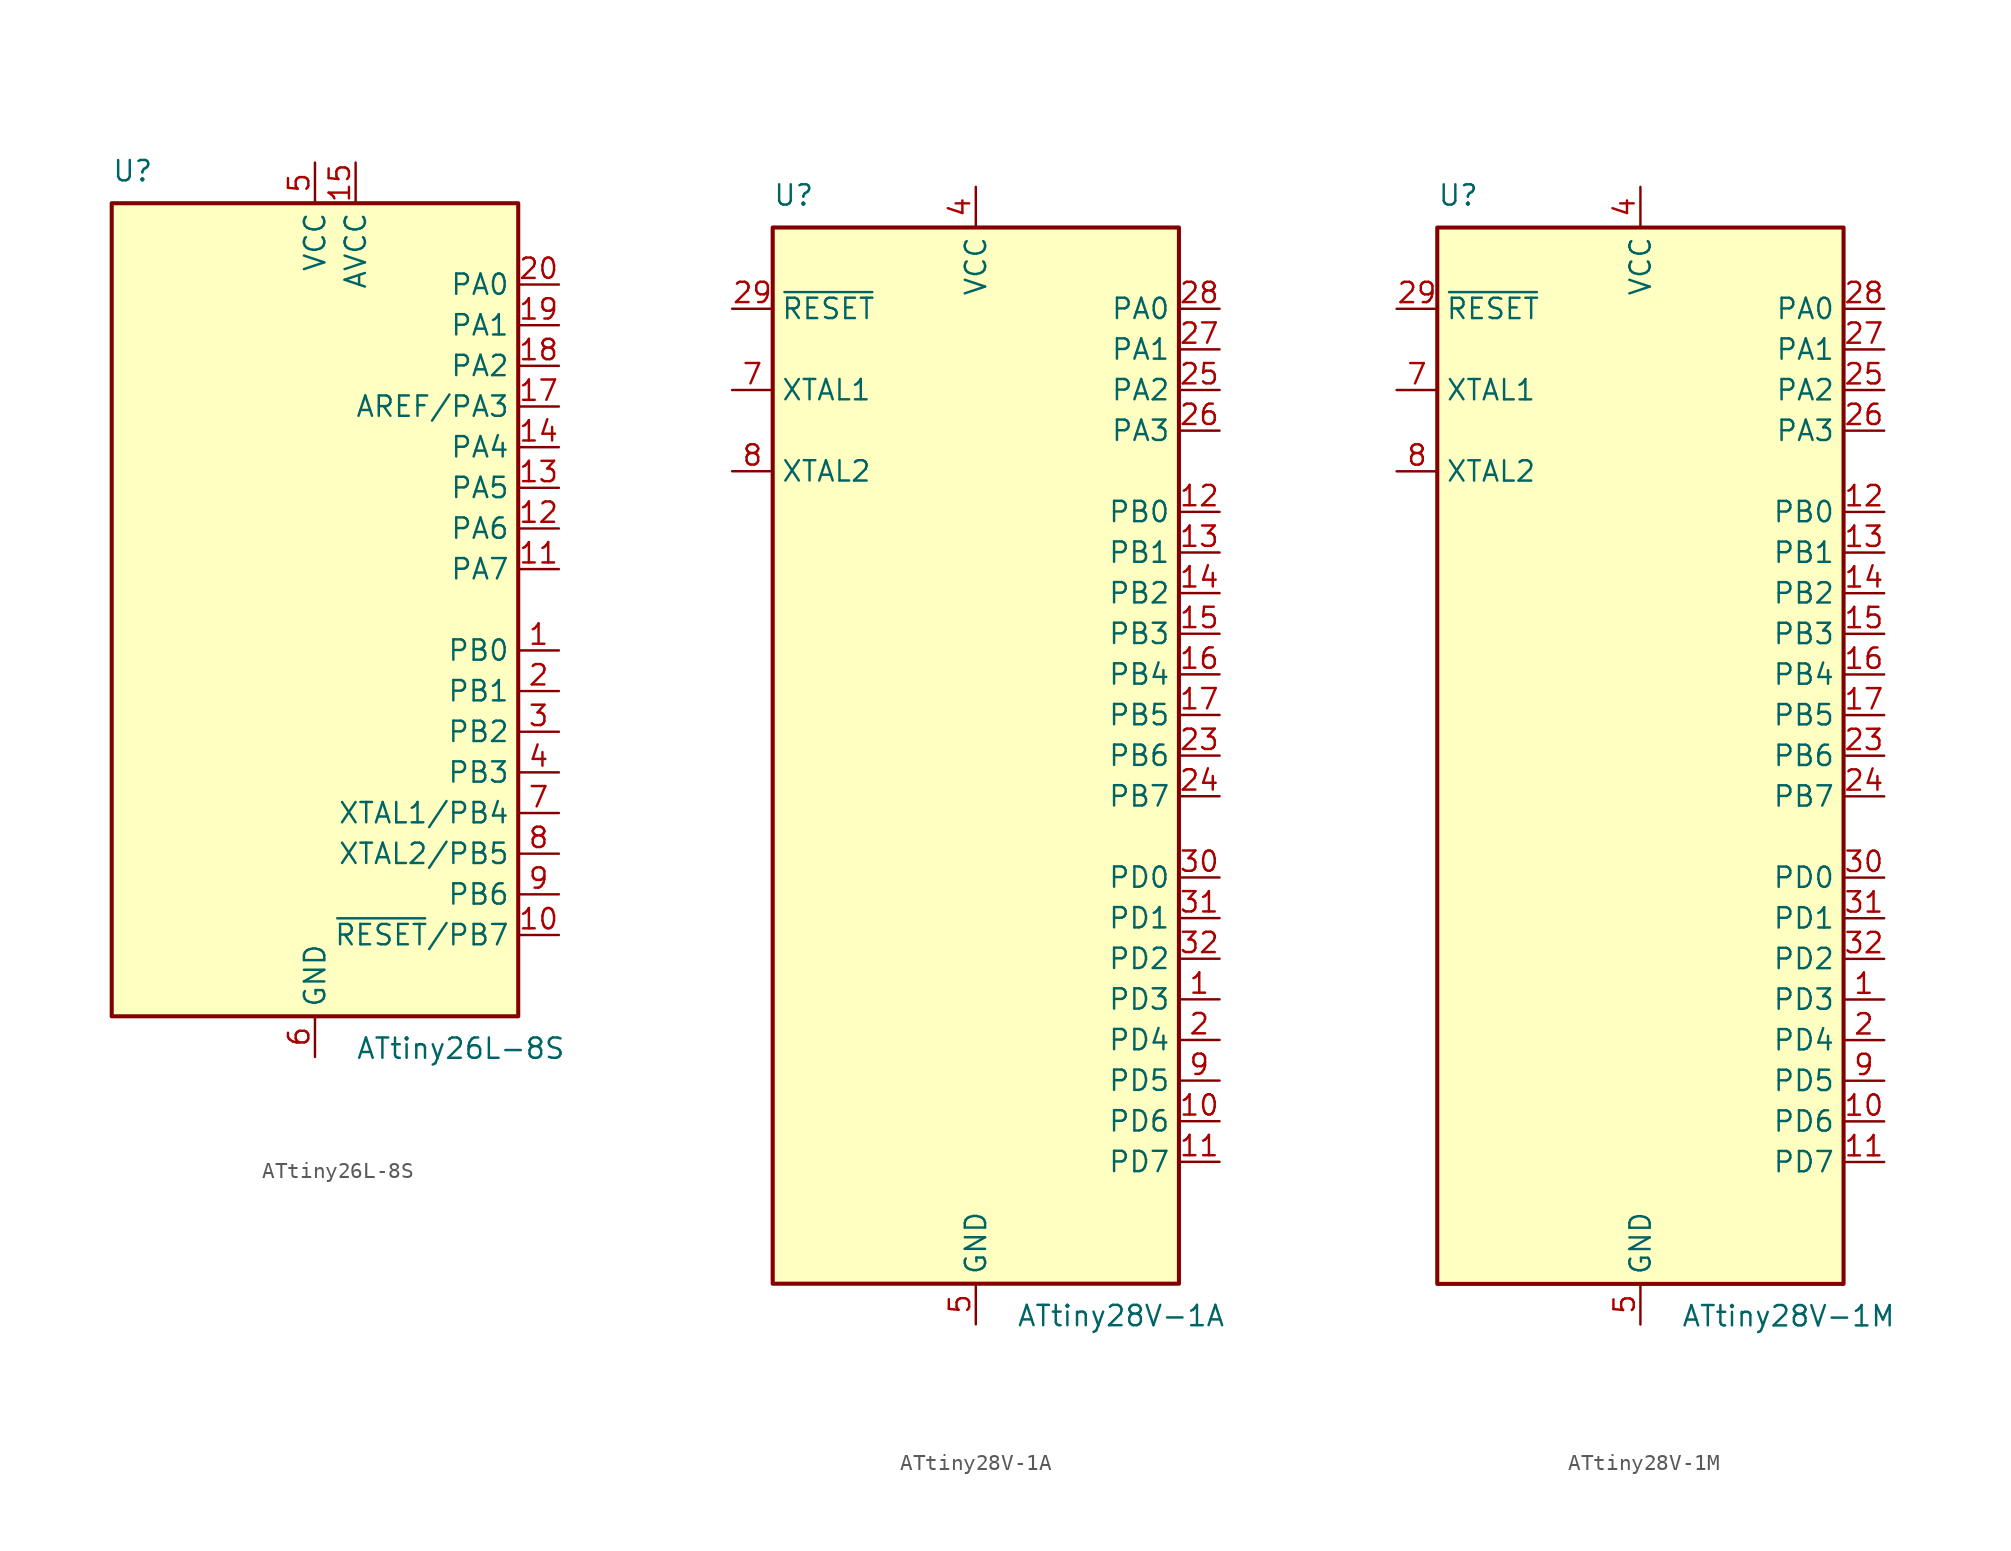
<source format=kicad_sym>
(kicad_symbol_lib
  (version 20201005)
  (generator kicad_symbol_editor)
  (symbol "MCU_Microchip_ATtiny:ATtiny26L-8S"
    (property "Reference" "U"
      (at -12.7 26.67 0)
      (effects (font (size 1.27 1.27)) (justify left bottom)))
    (property "Value" "ATtiny26L-8S"
      (at 2.54 -26.67 0)
      (effects (font (size 1.27 1.27)) (justify left top)))
    (symbol "ATtiny26L-8S_0_1"
      (rectangle (start -12.7 -25.4) (end 12.7 25.4) (stroke (width 0.254)) (fill (type background))))
    (symbol "ATtiny26L-8S_1_1"
      (pin bidirectional line (at 15.24 -2.54 180) (length 2.54) (name "PB0" (effects (font (size 1.27 1.27)))) (number "1" (effects (font (size 1.27 1.27)))))
      (pin bidirectional line (at 15.24 -20.32 180) (length 2.54) (name "~RESET~/PB7" (effects (font (size 1.27 1.27)))) (number "10" (effects (font (size 1.27 1.27)))))
      (pin bidirectional line (at 15.24 2.54 180) (length 2.54) (name "PA7" (effects (font (size 1.27 1.27)))) (number "11" (effects (font (size 1.27 1.27)))))
      (pin bidirectional line (at 15.24 5.08 180) (length 2.54) (name "PA6" (effects (font (size 1.27 1.27)))) (number "12" (effects (font (size 1.27 1.27)))))
      (pin bidirectional line (at 15.24 7.62 180) (length 2.54) (name "PA5" (effects (font (size 1.27 1.27)))) (number "13" (effects (font (size 1.27 1.27)))))
      (pin bidirectional line (at 15.24 10.16 180) (length 2.54) (name "PA4" (effects (font (size 1.27 1.27)))) (number "14" (effects (font (size 1.27 1.27)))))
      (pin power_in line (at 2.54 27.94 270) (length 2.54) (name "AVCC" (effects (font (size 1.27 1.27)))) (number "15" (effects (font (size 1.27 1.27)))))
      (pin passive line (at 0 -27.94 90) (length 2.54) hide (name "GND" (effects (font (size 1.27 1.27)))) (number "16" (effects (font (size 1.27 1.27)))))
      (pin bidirectional line (at 15.24 12.7 180) (length 2.54) (name "AREF/PA3" (effects (font (size 1.27 1.27)))) (number "17" (effects (font (size 1.27 1.27)))))
      (pin bidirectional line (at 15.24 15.24 180) (length 2.54) (name "PA2" (effects (font (size 1.27 1.27)))) (number "18" (effects (font (size 1.27 1.27)))))
      (pin bidirectional line (at 15.24 17.78 180) (length 2.54) (name "PA1" (effects (font (size 1.27 1.27)))) (number "19" (effects (font (size 1.27 1.27)))))
      (pin bidirectional line (at 15.24 -5.08 180) (length 2.54) (name "PB1" (effects (font (size 1.27 1.27)))) (number "2" (effects (font (size 1.27 1.27)))))
      (pin bidirectional line (at 15.24 20.32 180) (length 2.54) (name "PA0" (effects (font (size 1.27 1.27)))) (number "20" (effects (font (size 1.27 1.27)))))
      (pin bidirectional line (at 15.24 -7.62 180) (length 2.54) (name "PB2" (effects (font (size 1.27 1.27)))) (number "3" (effects (font (size 1.27 1.27)))))
      (pin bidirectional line (at 15.24 -10.16 180) (length 2.54) (name "PB3" (effects (font (size 1.27 1.27)))) (number "4" (effects (font (size 1.27 1.27)))))
      (pin power_in line (at 0 27.94 270) (length 2.54) (name "VCC" (effects (font (size 1.27 1.27)))) (number "5" (effects (font (size 1.27 1.27)))))
      (pin power_in line (at 0 -27.94 90) (length 2.54) (name "GND" (effects (font (size 1.27 1.27)))) (number "6" (effects (font (size 1.27 1.27)))))
      (pin bidirectional line (at 15.24 -12.7 180) (length 2.54) (name "XTAL1/PB4" (effects (font (size 1.27 1.27)))) (number "7" (effects (font (size 1.27 1.27)))))
      (pin bidirectional line (at 15.24 -15.24 180) (length 2.54) (name "XTAL2/PB5" (effects (font (size 1.27 1.27)))) (number "8" (effects (font (size 1.27 1.27)))))
      (pin bidirectional line (at 15.24 -17.78 180) (length 2.54) (name "PB6" (effects (font (size 1.27 1.27)))) (number "9" (effects (font (size 1.27 1.27)))))))
  (symbol "MCU_Microchip_ATtiny:ATtiny28V-1A"
    (property "Reference" "U"
      (at -12.7 34.29 0)
      (effects (font (size 1.27 1.27)) (justify left bottom)))
    (property "Value" "ATtiny28V-1A"
      (at 2.54 -34.29 0)
      (effects (font (size 1.27 1.27)) (justify left top)))
    (symbol "ATtiny28V-1A_0_1"
      (rectangle (start -12.7 -33.02) (end 12.7 33.02) (stroke (width 0.254)) (fill (type background))))
    (symbol "ATtiny28V-1A_1_1"
      (pin bidirectional line (at 15.24 -15.24 180) (length 2.54) (name "PD3" (effects (font (size 1.27 1.27)))) (number "1" (effects (font (size 1.27 1.27)))))
      (pin bidirectional line (at 15.24 -22.86 180) (length 2.54) (name "PD6" (effects (font (size 1.27 1.27)))) (number "10" (effects (font (size 1.27 1.27)))))
      (pin bidirectional line (at 15.24 -25.4 180) (length 2.54) (name "PD7" (effects (font (size 1.27 1.27)))) (number "11" (effects (font (size 1.27 1.27)))))
      (pin bidirectional line (at 15.24 15.24 180) (length 2.54) (name "PB0" (effects (font (size 1.27 1.27)))) (number "12" (effects (font (size 1.27 1.27)))))
      (pin bidirectional line (at 15.24 12.7 180) (length 2.54) (name "PB1" (effects (font (size 1.27 1.27)))) (number "13" (effects (font (size 1.27 1.27)))))
      (pin bidirectional line (at 15.24 10.16 180) (length 2.54) (name "PB2" (effects (font (size 1.27 1.27)))) (number "14" (effects (font (size 1.27 1.27)))))
      (pin bidirectional line (at 15.24 7.62 180) (length 2.54) (name "PB3" (effects (font (size 1.27 1.27)))) (number "15" (effects (font (size 1.27 1.27)))))
      (pin bidirectional line (at 15.24 5.08 180) (length 2.54) (name "PB4" (effects (font (size 1.27 1.27)))) (number "16" (effects (font (size 1.27 1.27)))))
      (pin bidirectional line (at 15.24 2.54 180) (length 2.54) (name "PB5" (effects (font (size 1.27 1.27)))) (number "17" (effects (font (size 1.27 1.27)))))
      (pin passive line (at 0 35.56 270) (length 2.54) hide (name "VCC" (effects (font (size 1.27 1.27)))) (number "18" (effects (font (size 1.27 1.27)))))
      (pin no_connect line (at -12.7 -25.4 0) (length 2.54) hide (name "NC" (effects (font (size 1.27 1.27)))) (number "19" (effects (font (size 1.27 1.27)))))
      (pin bidirectional line (at 15.24 -17.78 180) (length 2.54) (name "PD4" (effects (font (size 1.27 1.27)))) (number "2" (effects (font (size 1.27 1.27)))))
      (pin no_connect line (at -12.7 -27.94 0) (length 2.54) hide (name "NC" (effects (font (size 1.27 1.27)))) (number "20" (effects (font (size 1.27 1.27)))))
      (pin passive line (at 0 -35.56 90) (length 2.54) hide (name "GND" (effects (font (size 1.27 1.27)))) (number "21" (effects (font (size 1.27 1.27)))))
      (pin no_connect line (at -12.7 -30.48 0) (length 2.54) hide (name "NC" (effects (font (size 1.27 1.27)))) (number "22" (effects (font (size 1.27 1.27)))))
      (pin bidirectional line (at 15.24 0 180) (length 2.54) (name "PB6" (effects (font (size 1.27 1.27)))) (number "23" (effects (font (size 1.27 1.27)))))
      (pin bidirectional line (at 15.24 -2.54 180) (length 2.54) (name "PB7" (effects (font (size 1.27 1.27)))) (number "24" (effects (font (size 1.27 1.27)))))
      (pin bidirectional line (at 15.24 22.86 180) (length 2.54) (name "PA2" (effects (font (size 1.27 1.27)))) (number "25" (effects (font (size 1.27 1.27)))))
      (pin bidirectional line (at 15.24 20.32 180) (length 2.54) (name "PA3" (effects (font (size 1.27 1.27)))) (number "26" (effects (font (size 1.27 1.27)))))
      (pin bidirectional line (at 15.24 25.4 180) (length 2.54) (name "PA1" (effects (font (size 1.27 1.27)))) (number "27" (effects (font (size 1.27 1.27)))))
      (pin bidirectional line (at 15.24 27.94 180) (length 2.54) (name "PA0" (effects (font (size 1.27 1.27)))) (number "28" (effects (font (size 1.27 1.27)))))
      (pin input line (at -15.24 27.94 0) (length 2.54) (name "~RESET" (effects (font (size 1.27 1.27)))) (number "29" (effects (font (size 1.27 1.27)))))
      (pin no_connect line (at -12.7 -20.32 0) (length 2.54) hide (name "NC" (effects (font (size 1.27 1.27)))) (number "3" (effects (font (size 1.27 1.27)))))
      (pin bidirectional line (at 15.24 -7.62 180) (length 2.54) (name "PD0" (effects (font (size 1.27 1.27)))) (number "30" (effects (font (size 1.27 1.27)))))
      (pin bidirectional line (at 15.24 -10.16 180) (length 2.54) (name "PD1" (effects (font (size 1.27 1.27)))) (number "31" (effects (font (size 1.27 1.27)))))
      (pin bidirectional line (at 15.24 -12.7 180) (length 2.54) (name "PD2" (effects (font (size 1.27 1.27)))) (number "32" (effects (font (size 1.27 1.27)))))
      (pin power_in line (at 0 35.56 270) (length 2.54) (name "VCC" (effects (font (size 1.27 1.27)))) (number "4" (effects (font (size 1.27 1.27)))))
      (pin power_in line (at 0 -35.56 90) (length 2.54) (name "GND" (effects (font (size 1.27 1.27)))) (number "5" (effects (font (size 1.27 1.27)))))
      (pin no_connect line (at -12.7 -22.86 0) (length 2.54) hide (name "NC" (effects (font (size 1.27 1.27)))) (number "6" (effects (font (size 1.27 1.27)))))
      (pin input line (at -15.24 22.86 0) (length 2.54) (name "XTAL1" (effects (font (size 1.27 1.27)))) (number "7" (effects (font (size 1.27 1.27)))))
      (pin output line (at -15.24 17.78 0) (length 2.54) (name "XTAL2" (effects (font (size 1.27 1.27)))) (number "8" (effects (font (size 1.27 1.27)))))
      (pin bidirectional line (at 15.24 -20.32 180) (length 2.54) (name "PD5" (effects (font (size 1.27 1.27)))) (number "9" (effects (font (size 1.27 1.27)))))))
  (symbol "MCU_Microchip_ATtiny:ATtiny28V-1M"
    (property "Reference" "U"
      (at -12.7 34.29 0)
      (effects (font (size 1.27 1.27)) (justify left bottom)))
    (property "Value" "ATtiny28V-1M"
      (at 2.54 -34.29 0)
      (effects (font (size 1.27 1.27)) (justify left top)))
    (symbol "ATtiny28V-1M_0_1"
      (rectangle (start -12.7 -33.02) (end 12.7 33.02) (stroke (width 0.254)) (fill (type background))))
    (symbol "ATtiny28V-1M_1_1"
      (pin bidirectional line (at 15.24 -15.24 180) (length 2.54) (name "PD3" (effects (font (size 1.27 1.27)))) (number "1" (effects (font (size 1.27 1.27)))))
      (pin bidirectional line (at 15.24 -22.86 180) (length 2.54) (name "PD6" (effects (font (size 1.27 1.27)))) (number "10" (effects (font (size 1.27 1.27)))))
      (pin bidirectional line (at 15.24 -25.4 180) (length 2.54) (name "PD7" (effects (font (size 1.27 1.27)))) (number "11" (effects (font (size 1.27 1.27)))))
      (pin bidirectional line (at 15.24 15.24 180) (length 2.54) (name "PB0" (effects (font (size 1.27 1.27)))) (number "12" (effects (font (size 1.27 1.27)))))
      (pin bidirectional line (at 15.24 12.7 180) (length 2.54) (name "PB1" (effects (font (size 1.27 1.27)))) (number "13" (effects (font (size 1.27 1.27)))))
      (pin bidirectional line (at 15.24 10.16 180) (length 2.54) (name "PB2" (effects (font (size 1.27 1.27)))) (number "14" (effects (font (size 1.27 1.27)))))
      (pin bidirectional line (at 15.24 7.62 180) (length 2.54) (name "PB3" (effects (font (size 1.27 1.27)))) (number "15" (effects (font (size 1.27 1.27)))))
      (pin bidirectional line (at 15.24 5.08 180) (length 2.54) (name "PB4" (effects (font (size 1.27 1.27)))) (number "16" (effects (font (size 1.27 1.27)))))
      (pin bidirectional line (at 15.24 2.54 180) (length 2.54) (name "PB5" (effects (font (size 1.27 1.27)))) (number "17" (effects (font (size 1.27 1.27)))))
      (pin passive line (at 0 35.56 270) (length 2.54) hide (name "VCC" (effects (font (size 1.27 1.27)))) (number "18" (effects (font (size 1.27 1.27)))))
      (pin no_connect line (at -12.7 -25.4 0) (length 2.54) hide (name "NC" (effects (font (size 1.27 1.27)))) (number "19" (effects (font (size 1.27 1.27)))))
      (pin bidirectional line (at 15.24 -17.78 180) (length 2.54) (name "PD4" (effects (font (size 1.27 1.27)))) (number "2" (effects (font (size 1.27 1.27)))))
      (pin no_connect line (at -12.7 -27.94 0) (length 2.54) hide (name "NC" (effects (font (size 1.27 1.27)))) (number "20" (effects (font (size 1.27 1.27)))))
      (pin passive line (at 0 -35.56 90) (length 2.54) hide (name "GND" (effects (font (size 1.27 1.27)))) (number "21" (effects (font (size 1.27 1.27)))))
      (pin no_connect line (at -12.7 -30.48 0) (length 2.54) hide (name "NC" (effects (font (size 1.27 1.27)))) (number "22" (effects (font (size 1.27 1.27)))))
      (pin bidirectional line (at 15.24 0 180) (length 2.54) (name "PB6" (effects (font (size 1.27 1.27)))) (number "23" (effects (font (size 1.27 1.27)))))
      (pin bidirectional line (at 15.24 -2.54 180) (length 2.54) (name "PB7" (effects (font (size 1.27 1.27)))) (number "24" (effects (font (size 1.27 1.27)))))
      (pin bidirectional line (at 15.24 22.86 180) (length 2.54) (name "PA2" (effects (font (size 1.27 1.27)))) (number "25" (effects (font (size 1.27 1.27)))))
      (pin bidirectional line (at 15.24 20.32 180) (length 2.54) (name "PA3" (effects (font (size 1.27 1.27)))) (number "26" (effects (font (size 1.27 1.27)))))
      (pin bidirectional line (at 15.24 25.4 180) (length 2.54) (name "PA1" (effects (font (size 1.27 1.27)))) (number "27" (effects (font (size 1.27 1.27)))))
      (pin bidirectional line (at 15.24 27.94 180) (length 2.54) (name "PA0" (effects (font (size 1.27 1.27)))) (number "28" (effects (font (size 1.27 1.27)))))
      (pin input line (at -15.24 27.94 0) (length 2.54) (name "~RESET" (effects (font (size 1.27 1.27)))) (number "29" (effects (font (size 1.27 1.27)))))
      (pin no_connect line (at -12.7 -20.32 0) (length 2.54) hide (name "NC" (effects (font (size 1.27 1.27)))) (number "3" (effects (font (size 1.27 1.27)))))
      (pin bidirectional line (at 15.24 -7.62 180) (length 2.54) (name "PD0" (effects (font (size 1.27 1.27)))) (number "30" (effects (font (size 1.27 1.27)))))
      (pin bidirectional line (at 15.24 -10.16 180) (length 2.54) (name "PD1" (effects (font (size 1.27 1.27)))) (number "31" (effects (font (size 1.27 1.27)))))
      (pin bidirectional line (at 15.24 -12.7 180) (length 2.54) (name "PD2" (effects (font (size 1.27 1.27)))) (number "32" (effects (font (size 1.27 1.27)))))
      (pin passive line (at 0 -35.56 90) (length 2.54) hide (name "GND" (effects (font (size 1.27 1.27)))) (number "33" (effects (font (size 1.27 1.27)))))
      (pin power_in line (at 0 35.56 270) (length 2.54) (name "VCC" (effects (font (size 1.27 1.27)))) (number "4" (effects (font (size 1.27 1.27)))))
      (pin power_in line (at 0 -35.56 90) (length 2.54) (name "GND" (effects (font (size 1.27 1.27)))) (number "5" (effects (font (size 1.27 1.27)))))
      (pin no_connect line (at -12.7 -22.86 0) (length 2.54) hide (name "NC" (effects (font (size 1.27 1.27)))) (number "6" (effects (font (size 1.27 1.27)))))
      (pin input line (at -15.24 22.86 0) (length 2.54) (name "XTAL1" (effects (font (size 1.27 1.27)))) (number "7" (effects (font (size 1.27 1.27)))))
      (pin output line (at -15.24 17.78 0) (length 2.54) (name "XTAL2" (effects (font (size 1.27 1.27)))) (number "8" (effects (font (size 1.27 1.27)))))
      (pin bidirectional line (at 15.24 -20.32 180) (length 2.54) (name "PD5" (effects (font (size 1.27 1.27)))) (number "9" (effects (font (size 1.27 1.27))))))))
</source>
